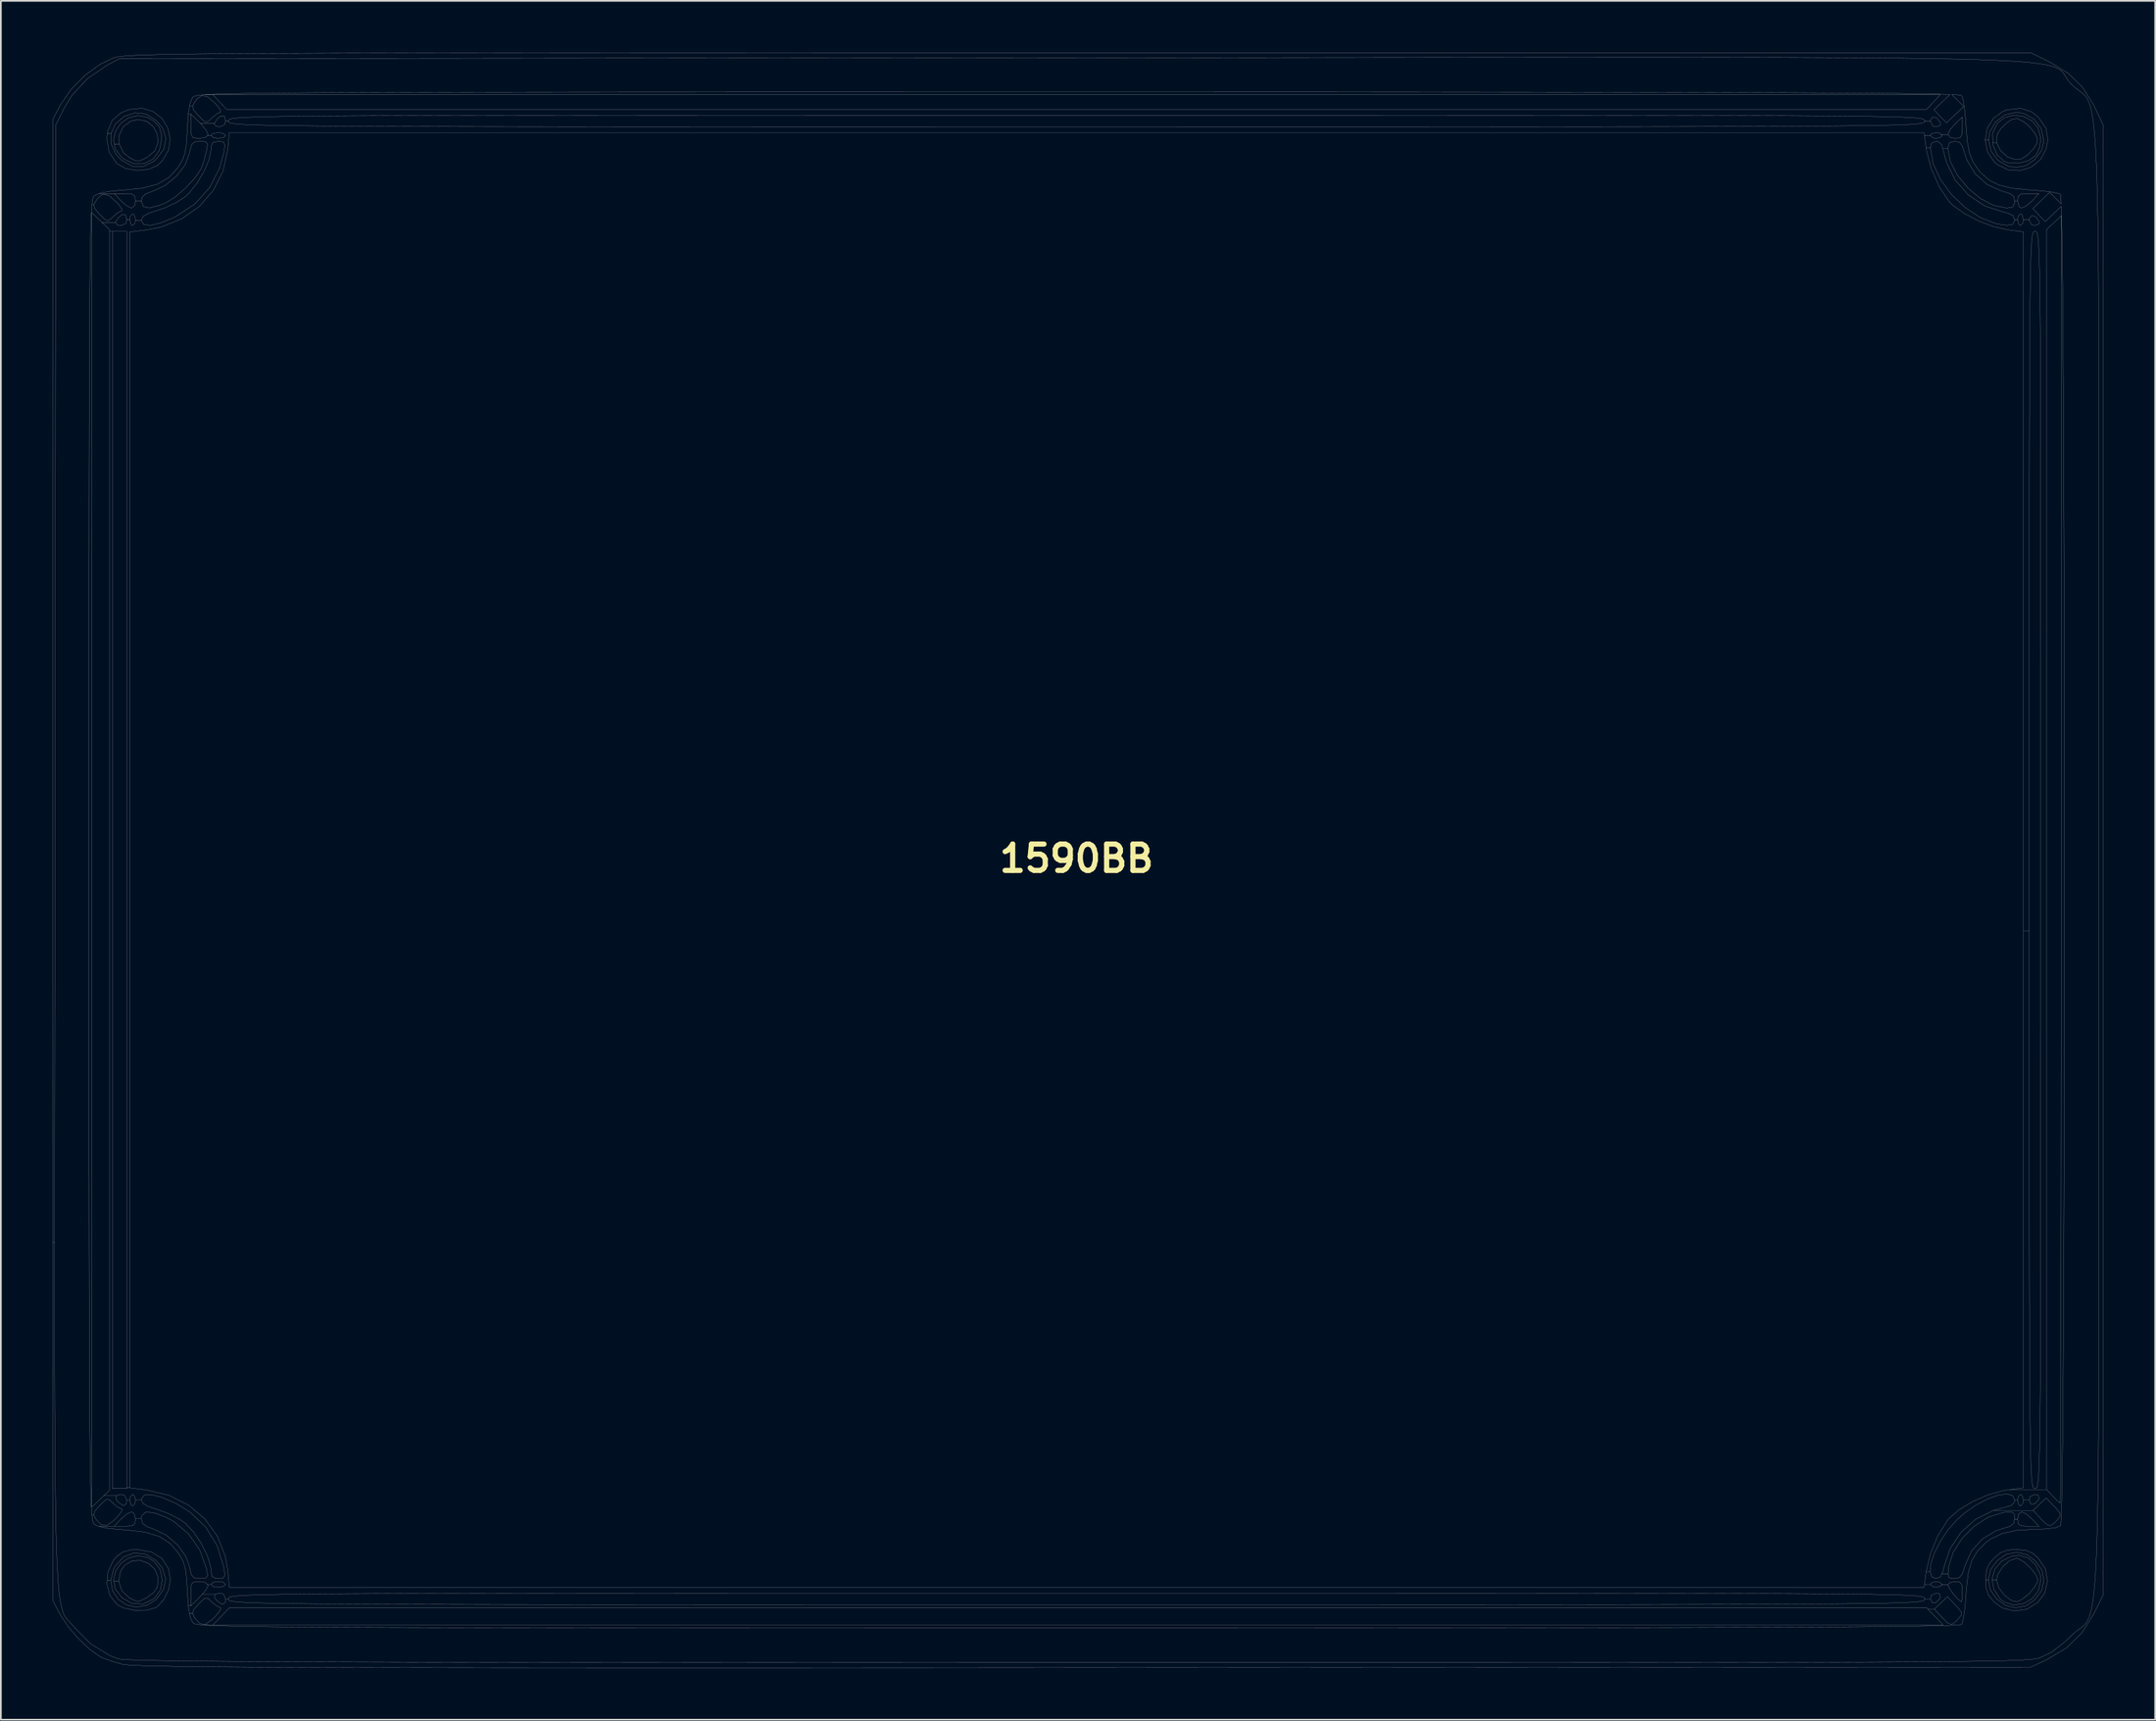
<source format=kicad_pcb>
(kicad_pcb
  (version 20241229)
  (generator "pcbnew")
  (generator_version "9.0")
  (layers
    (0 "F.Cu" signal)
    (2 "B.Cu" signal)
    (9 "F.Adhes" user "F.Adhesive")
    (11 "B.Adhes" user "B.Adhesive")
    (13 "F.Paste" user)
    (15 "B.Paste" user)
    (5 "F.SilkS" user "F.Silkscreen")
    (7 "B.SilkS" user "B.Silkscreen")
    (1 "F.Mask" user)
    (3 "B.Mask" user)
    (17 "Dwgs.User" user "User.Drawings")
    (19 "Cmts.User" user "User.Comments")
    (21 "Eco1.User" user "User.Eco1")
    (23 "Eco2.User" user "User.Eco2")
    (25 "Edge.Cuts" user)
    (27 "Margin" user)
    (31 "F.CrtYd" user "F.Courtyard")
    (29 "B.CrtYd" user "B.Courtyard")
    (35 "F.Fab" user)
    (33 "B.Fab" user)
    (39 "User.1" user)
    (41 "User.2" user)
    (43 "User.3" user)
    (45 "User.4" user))
  (footprint "1590BB"
    (layer "F.Cu")
    (at 59.3 46.684)
    (property "Reference" "1590BB" (at 0 0 0) (layer "F.SilkS") (effects (font (size 1.524 1.524) (thickness 0.3))))
    (attr through_hole)
    (fp_poly (pts (xy -53.811 -42.939) (xy -53.43 -42.714) (xy -53.113 -42.369) (xy -52.994 -41.919) (xy -52.987 -41.697) (xy -53.121 -41.018) (xy -53.478 -40.527) (xy -53.986 -40.257) (xy -54.575 -40.242) (xy -55.175 -40.516) (xy -55.282 -40.601) (xy -55.668 -41.102) (xy -55.726 -41.385) (xy -55.44 -41.385) (xy -55.212 -40.894) (xy -54.834 -40.587) (xy -54.52 -40.431) (xy -54.32 -40.398) (xy -54.076 -40.494) (xy -53.822 -40.626) (xy -53.384 -40.998) (xy -53.201 -41.466) (xy -53.24 -41.957) (xy -53.468 -42.394) (xy -53.85 -42.704) (xy -54.354 -42.81) (xy -54.755 -42.725) (xy -55.208 -42.4) (xy -55.438 -41.92) (xy -55.44 -41.385) (xy -55.726 -41.385) (xy -55.777 -41.636) (xy -55.655 -42.151) (xy -55.351 -42.593) (xy -54.91 -42.907) (xy -54.381 -43.04) (xy -53.811 -42.939)) (stroke (width 0.01) (type solid)) (fill no) (layer "Dwgs.User"))
    (fp_poly (pts (xy -53.811 40.494) (xy -53.43 40.719) (xy -53.075 41.192) (xy -52.953 41.787) (xy -53.064 42.385) (xy -53.409 42.865) (xy -53.43 42.882) (xy -54.051 43.184) (xy -54.694 43.161) (xy -55.282 42.832) (xy -55.668 42.332) (xy -55.76 41.879) (xy -55.472 41.879) (xy -55.288 42.429) (xy -54.863 42.831) (xy -54.834 42.846) (xy -54.518 43.002) (xy -54.318 43.035) (xy -54.072 42.937) (xy -53.831 42.812) (xy -53.454 42.529) (xy -53.236 42.211) (xy -53.189 41.641) (xy -53.385 41.172) (xy -53.752 40.836) (xy -54.214 40.664) (xy -54.697 40.689) (xy -55.129 40.941) (xy -55.374 41.299) (xy -55.472 41.879) (xy -55.76 41.879) (xy -55.777 41.797) (xy -55.655 41.282) (xy -55.351 40.841) (xy -54.91 40.526) (xy -54.381 40.393) (xy -53.811 40.494)) (stroke (width 0.01) (type solid)) (fill no) (layer "Dwgs.User"))
    (fp_poly (pts (xy -53.474 -43.27) (xy -52.969 -42.87) (xy -52.632 -42.324) (xy -52.495 -41.695) (xy -52.587 -41.043) (xy -52.942 -40.43) (xy -53.217 -40.164) (xy -53.748 -39.919) (xy -54.412 -39.856) (xy -55.069 -39.971) (xy -55.577 -40.255) (xy -55.595 -40.272) (xy -56.032 -40.92) (xy -56.161 -41.69) (xy -56.127 -41.995) (xy -55.92 -41.995) (xy -55.901 -41.372) (xy -55.609 -40.768) (xy -55.31 -40.454) (xy -54.685 -40.1) (xy -54.057 -40.082) (xy -53.432 -40.399) (xy -53.31 -40.502) (xy -52.865 -41.082) (xy -52.74 -41.706) (xy -52.934 -42.321) (xy -53.292 -42.747) (xy -53.908 -43.138) (xy -54.541 -43.2) (xy -55.158 -42.986) (xy -55.671 -42.559) (xy -55.92 -41.995) (xy -56.127 -41.995) (xy -56.114 -42.115) (xy -55.85 -42.763) (xy -55.328 -43.208) (xy -54.863 -43.391) (xy -54.116 -43.464) (xy -53.474 -43.27)) (stroke (width 0.01) (type solid)) (fill no) (layer "Dwgs.User"))
    (fp_poly (pts (xy 55.117 40.524) (xy 55.545 40.921) (xy 55.805 41.47) (xy 55.846 41.801) (xy 55.708 42.407) (xy 55.347 42.876) (xy 54.843 43.17) (xy 54.278 43.252) (xy 53.731 43.083) (xy 53.496 42.898) (xy 53.116 42.324) (xy 53.038 41.801) (xy 53.281 41.801) (xy 53.412 42.248) (xy 53.736 42.681) (xy 54.147 42.986) (xy 54.439 43.062) (xy 54.713 42.95) (xy 55.079 42.672) (xy 55.186 42.571) (xy 55.498 42.195) (xy 55.668 41.867) (xy 55.678 41.801) (xy 55.554 41.49) (xy 55.253 41.108) (xy 54.878 40.761) (xy 54.535 40.557) (xy 54.439 40.539) (xy 54.029 40.682) (xy 53.631 41.035) (xy 53.351 41.483) (xy 53.281 41.801) (xy 53.038 41.801) (xy 53.025 41.718) (xy 53.193 41.151) (xy 53.587 40.694) (xy 54.177 40.419) (xy 54.6 40.371) (xy 55.117 40.524)) (stroke (width 0.01) (type solid)) (fill no) (layer "Dwgs.User"))
    (fp_poly (pts (xy -53.575 40.176) (xy -52.965 40.558) (xy -52.59 41.149) (xy -52.482 41.798) (xy -52.59 42.37) (xy -52.863 42.932) (xy -53.226 43.338) (xy -53.314 43.394) (xy -53.875 43.552) (xy -54.558 43.554) (xy -55.204 43.413) (xy -55.565 43.223) (xy -55.981 42.7) (xy -56.158 42.035) (xy -56.14 41.832) (xy -55.938 41.832) (xy -55.83 42.429) (xy -55.507 42.913) (xy -55.027 43.242) (xy -54.449 43.372) (xy -53.834 43.261) (xy -53.309 42.93) (xy -52.874 42.353) (xy -52.755 41.722) (xy -52.952 41.098) (xy -53.309 40.671) (xy -53.941 40.295) (xy -54.59 40.23) (xy -55.189 40.462) (xy -55.668 40.979) (xy -55.769 41.165) (xy -55.938 41.832) (xy -56.14 41.832) (xy -56.095 41.327) (xy -55.791 40.673) (xy -55.595 40.44) (xy -55.228 40.168) (xy -54.766 40.052) (xy -54.382 40.038) (xy -53.575 40.176)) (stroke (width 0.01) (type solid)) (fill no) (layer "Dwgs.User"))
    (fp_poly (pts (xy 54.831 -42.994) (xy 55.324 -42.743) (xy 55.688 -42.317) (xy 55.845 -41.727) (xy 55.846 -41.659) (xy 55.76 -41.147) (xy 55.554 -40.723) (xy 55.552 -40.721) (xy 55.123 -40.423) (xy 54.536 -40.277) (xy 53.945 -40.311) (xy 53.714 -40.395) (xy 53.313 -40.768) (xy 53.076 -41.332) (xy 53.071 -41.461) (xy 53.291 -41.461) (xy 53.518 -41) (xy 53.91 -40.647) (xy 54.387 -40.484) (xy 54.73 -40.529) (xy 55.076 -40.753) (xy 55.417 -41.111) (xy 55.634 -41.451) (xy 55.645 -41.716) (xy 55.502 -42.015) (xy 55.158 -42.44) (xy 54.799 -42.718) (xy 54.46 -42.871) (xy 54.195 -42.832) (xy 53.895 -42.633) (xy 53.537 -42.292) (xy 53.313 -41.946) (xy 53.291 -41.461) (xy 53.071 -41.461) (xy 53.053 -41.962) (xy 53.068 -42.042) (xy 53.326 -42.594) (xy 53.756 -42.93) (xy 54.283 -43.06) (xy 54.831 -42.994)) (stroke (width 0.01) (type solid)) (fill no) (layer "Dwgs.User"))
    (fp_poly (pts (xy 55.326 -43.252) (xy 55.724 -42.919) (xy 56.143 -42.305) (xy 56.253 -41.653) (xy 56.162 -41.131) (xy 55.833 -40.496) (xy 55.303 -40.063) (xy 54.654 -39.854) (xy 53.97 -39.891) (xy 53.331 -40.193) (xy 53.142 -40.358) (xy 52.748 -40.959) (xy 52.624 -41.632) (xy 52.819 -41.632) (xy 52.972 -40.97) (xy 53.381 -40.435) (xy 53.968 -40.103) (xy 54.417 -40.034) (xy 54.978 -40.133) (xy 55.469 -40.473) (xy 55.523 -40.526) (xy 55.893 -41.019) (xy 56.014 -41.565) (xy 56.015 -41.632) (xy 55.861 -42.295) (xy 55.452 -42.83) (xy 54.865 -43.161) (xy 54.417 -43.23) (xy 53.754 -43.077) (xy 53.219 -42.668) (xy 52.888 -42.081) (xy 52.819 -41.632) (xy 52.624 -41.632) (xy 52.624 -41.636) (xy 52.749 -42.305) (xy 53.102 -42.884) (xy 53.663 -43.289) (xy 53.899 -43.374) (xy 54.678 -43.463) (xy 55.326 -43.252)) (stroke (width 0.01) (type solid)) (fill no) (layer "Dwgs.User"))
    (fp_poly (pts (xy 54.984 40.081) (xy 55.392 40.265) (xy 55.691 40.526) (xy 56.109 41.155) (xy 56.237 41.857) (xy 56.075 42.548) (xy 55.667 43.104) (xy 55.026 43.493) (xy 54.31 43.595) (xy 53.612 43.413) (xy 53.142 43.075) (xy 52.815 42.674) (xy 52.674 42.24) (xy 52.65 41.801) (xy 52.819 41.801) (xy 52.917 42.362) (xy 53.257 42.853) (xy 53.31 42.907) (xy 53.803 43.277) (xy 54.35 43.398) (xy 54.417 43.399) (xy 54.978 43.301) (xy 55.469 42.96) (xy 55.523 42.907) (xy 55.893 42.414) (xy 56.014 41.868) (xy 56.015 41.801) (xy 55.917 41.24) (xy 55.576 40.748) (xy 55.523 40.694) (xy 55.03 40.324) (xy 54.484 40.204) (xy 54.417 40.203) (xy 53.855 40.301) (xy 53.364 40.641) (xy 53.31 40.694) (xy 52.94 41.187) (xy 52.82 41.734) (xy 52.819 41.801) (xy 52.65 41.801) (xy 52.697 41.234) (xy 52.881 40.825) (xy 53.142 40.526) (xy 53.543 40.199) (xy 53.977 40.058) (xy 54.417 40.034) (xy 54.984 40.081)) (stroke (width 0.01) (type solid)) (fill no) (layer "Dwgs.User"))
    (fp_poly (pts (xy 56.382 -46.129) (xy 57.43 -45.491) (xy 58.242 -44.699) (xy 58.895 -43.673) (xy 59.025 -43.406) (xy 59.463 -42.474) (xy 59.463 42.649) (xy 58.908 43.776) (xy 58.218 44.87) (xy 57.32 45.739) (xy 56.163 46.429) (xy 56.085 46.465) (xy 55.258 46.847) (xy 0.421 46.879) (xy -4.754 46.882) (xy -9.602 46.884) (xy -14.135 46.886) (xy -18.363 46.887) (xy -22.296 46.887) (xy -25.944 46.887) (xy -29.319 46.886) (xy -32.43 46.885) (xy -35.288 46.882) (xy -37.904 46.879) (xy -40.287 46.875) (xy -42.449 46.87) (xy -44.399 46.864) (xy -46.148 46.857) (xy -47.707 46.849) (xy -49.086 46.839) (xy -50.295 46.829) (xy -51.345 46.818) (xy -52.246 46.805) (xy -53.008 46.791) (xy -53.643 46.776) (xy -54.16 46.76) (xy -54.57 46.742) (xy -54.883 46.723) (xy -55.11 46.703) (xy -55.261 46.681) (xy -55.309 46.67) (xy -55.882 46.498) (xy -56.367 46.324) (xy -56.552 46.241) (xy -57.135 45.831) (xy -57.773 45.231) (xy -58.368 44.546) (xy -58.817 43.882) (xy -58.847 43.826) (xy -59.295 42.978) (xy -59.295 24.995) (xy -59.193 24.995) (xy -59.192 27.504) (xy -59.188 29.776) (xy -59.182 31.823) (xy -59.173 33.657) (xy -59.161 35.29) (xy -59.145 36.736) (xy -59.126 38.005) (xy -59.102 39.112) (xy -59.075 40.067) (xy -59.043 40.884) (xy -59.005 41.575) (xy -58.963 42.152) (xy -58.915 42.628) (xy -58.861 43.014) (xy -58.8 43.324) (xy -58.734 43.57) (xy -58.66 43.763) (xy -58.579 43.917) (xy -58.491 44.044) (xy -58.395 44.155) (xy -58.291 44.264) (xy -58.179 44.383) (xy -58.058 44.525) (xy -58.046 44.54) (xy -57.098 45.5) (xy -55.982 46.18) (xy -55.53 46.362) (xy -55.418 46.383) (xy -55.197 46.403) (xy -54.856 46.421) (xy -54.386 46.438) (xy -53.778 46.454) (xy -53.022 46.469) (xy -52.109 46.483) (xy -51.027 46.495) (xy -49.769 46.507) (xy -48.325 46.518) (xy -46.684 46.527) (xy -44.837 46.536) (xy -42.775 46.544) (xy -40.488 46.551) (xy -37.967 46.558) (xy -35.201 46.563) (xy -32.181 46.568) (xy -28.898 46.573) (xy -25.342 46.576) (xy -21.503 46.579) (xy -17.372 46.582) (xy -12.939 46.584) (xy -8.194 46.586) (xy -3.128 46.587) (xy 0.012 46.587) (xy 5.131 46.588) (xy 9.924 46.588) (xy 14.402 46.588) (xy 18.577 46.588) (xy 22.458 46.587) (xy 26.057 46.586) (xy 29.384 46.585) (xy 32.451 46.582) (xy 35.267 46.579) (xy 37.845 46.576) (xy 40.194 46.572) (xy 42.326 46.567) (xy 44.252 46.561) (xy 45.981 46.554) (xy 47.526 46.546) (xy 48.896 46.538) (xy 50.103 46.528) (xy 51.157 46.517) (xy 52.07 46.505) (xy 52.852 46.492) (xy 53.514 46.478) (xy 54.066 46.462) (xy 54.52 46.445) (xy 54.887 46.426) (xy 55.176 46.406) (xy 55.4 46.385) (xy 55.568 46.362) (xy 55.692 46.337) (xy 55.774 46.314) (xy 56.454 45.987) (xy 57.176 45.436) (xy 57.626 45.01) (xy 57.791 44.858) (xy 57.945 44.736) (xy 58.087 44.632) (xy 58.219 44.534) (xy 58.34 44.43) (xy 58.45 44.307) (xy 58.551 44.153) (xy 58.643 43.955) (xy 58.726 43.702) (xy 58.801 43.381) (xy 58.868 42.979) (xy 58.927 42.485) (xy 58.979 41.885) (xy 59.025 41.168) (xy 59.065 40.322) (xy 59.098 39.334) (xy 59.127 38.191) (xy 59.15 36.882) (xy 59.169 35.394) (xy 59.185 33.715) (xy 59.196 31.832) (xy 59.205 29.734) (xy 59.21 27.407) (xy 59.214 24.84) (xy 59.215 22.02) (xy 59.215 18.935) (xy 59.215 15.573) (xy 59.213 11.921) (xy 59.212 7.966) (xy 59.211 3.698) (xy 59.211 0.084) (xy 59.211 -4.442) (xy 59.212 -8.644) (xy 59.214 -12.535) (xy 59.215 -16.126) (xy 59.215 -19.429) (xy 59.215 -22.458) (xy 59.213 -25.225) (xy 59.209 -27.741) (xy 59.203 -30.019) (xy 59.194 -32.072) (xy 59.182 -33.911) (xy 59.166 -35.55) (xy 59.146 -37) (xy 59.121 -38.273) (xy 59.092 -39.383) (xy 59.057 -40.34) (xy 59.016 -41.159) (xy 58.969 -41.85) (xy 58.915 -42.427) (xy 58.855 -42.901) (xy 58.786 -43.285) (xy 58.71 -43.592) (xy 58.625 -43.833) (xy 58.531 -44.02) (xy 58.428 -44.167) (xy 58.315 -44.285) (xy 58.192 -44.387) (xy 58.059 -44.486) (xy 57.914 -44.592) (xy 57.758 -44.72) (xy 57.626 -44.843) (xy 57.494 -44.99) (xy 57.393 -45.126) (xy 57.311 -45.255) (xy 57.238 -45.374) (xy 57.164 -45.485) (xy 57.077 -45.589) (xy 56.966 -45.684) (xy 56.822 -45.772) (xy 56.633 -45.853) (xy 56.389 -45.927) (xy 56.079 -45.995) (xy 55.692 -46.056) (xy 55.217 -46.111) (xy 54.644 -46.161) (xy 53.963 -46.205) (xy 53.161 -46.244) (xy 52.229 -46.278) (xy 51.156 -46.308) (xy 49.932 -46.333) (xy 48.544 -46.354) (xy 46.984 -46.372) (xy 45.24 -46.386) (xy 43.3 -46.397) (xy 41.156 -46.405) (xy 38.795 -46.41) (xy 36.208 -46.413) (xy 33.383 -46.415) (xy 30.31 -46.414) (xy 26.977 -46.412) (xy 23.375 -46.409) (xy 19.493 -46.405) (xy 15.319 -46.401) (xy 10.844 -46.396) (xy 6.056 -46.391) (xy 0.945 -46.386) (xy -0.257 -46.385) (xy -55.426 -46.342) (xy -56.148 -45.957) (xy -57.293 -45.173) (xy -58.202 -44.185) (xy -58.659 -43.426) (xy -59.126 -42.474) (xy -59.17 -0.258) (xy -59.175 4.26) (xy -59.18 8.454) (xy -59.184 12.336) (xy -59.188 15.919) (xy -59.191 19.215) (xy -59.193 22.236) (xy -59.193 24.995) (xy -59.295 24.995) (xy -59.295 -42.81) (xy -58.841 -43.669) (xy -58.247 -44.541) (xy -57.455 -45.349) (xy -56.567 -46.002) (xy -55.799 -46.373) (xy -55.709 -46.401) (xy -55.597 -46.428) (xy -55.455 -46.452) (xy -55.27 -46.476) (xy -55.032 -46.497) (xy -54.73 -46.517) (xy -54.354 -46.536) (xy -53.891 -46.553) (xy -53.332 -46.568) (xy -52.665 -46.582) (xy -51.88 -46.595) (xy -50.966 -46.607) (xy -49.912 -46.618) (xy -48.706 -46.627) (xy -47.339 -46.636) (xy -45.798 -46.643) (xy -44.074 -46.65) (xy -42.156 -46.656) (xy -40.031 -46.66) (xy -37.691 -46.665) (xy -35.123 -46.668) (xy -32.317 -46.671) (xy -29.263 -46.673) (xy -25.948 -46.675) (xy -22.362 -46.676) (xy -18.495 -46.677) (xy -14.335 -46.678) (xy -9.872 -46.679) (xy -5.094 -46.679) (xy 0.008 -46.679) (xy 0.172 -46.679) (xy 55.265 -46.679) (xy 56.382 -46.129)) (stroke (width 0.01) (type solid)) (fill no) (layer "Dwgs.User"))
    (fp_poly (pts (xy 5.174 -44.408) (xy 9.933 -44.407) (xy 14.373 -44.406) (xy 18.506 -44.404) (xy 22.341 -44.401) (xy 25.887 -44.398) (xy 29.154 -44.394) (xy 32.151 -44.389) (xy 34.889 -44.384) (xy 37.375 -44.377) (xy 39.621 -44.37) (xy 41.636 -44.362) (xy 43.429 -44.353) (xy 45.009 -44.343) (xy 46.387 -44.332) (xy 47.571 -44.32) (xy 48.572 -44.307) (xy 49.399 -44.292) (xy 50.062 -44.277) (xy 50.569 -44.26) (xy 50.586 -44.259) (xy 50.149 -43.841) (xy 49.661 -43.373) (xy 50.02 -42.993) (xy 50.379 -42.614) (xy 50.88 -43.09) (xy 51.381 -43.565) (xy 51.009 -43.937) (xy 50.692 -44.254) (xy 50.931 -44.242) (xy 51.157 -44.223) (xy 51.257 -44.202) (xy 51.263 -44.198) (xy 51.346 -43.944) (xy 51.426 -43.443) (xy 51.492 -42.783) (xy 51.513 -42.463) (xy 51.586 -41.547) (xy 51.71 -40.875) (xy 51.914 -40.356) (xy 52.225 -39.9) (xy 52.377 -39.724) (xy 52.85 -39.302) (xy 53.418 -39.014) (xy 54.159 -38.834) (xy 55.148 -38.734) (xy 55.252 -38.728) (xy 55.952 -38.674) (xy 56.533 -38.598) (xy 56.906 -38.515) (xy 56.982 -38.478) (xy 57.006 -38.294) (xy 57.022 -37.924) (xy 56.357 -38.589) (xy 55.38 -37.653) (xy 55.739 -37.274) (xy 56.099 -36.895) (xy 56.599 -37.371) (xy 57.029 -37.778) (xy 57.049 -36.988) (xy 57.069 -35.903) (xy 57.088 -34.555) (xy 57.106 -32.962) (xy 57.122 -31.142) (xy 57.136 -29.112) (xy 57.15 -26.892) (xy 57.162 -24.5) (xy 57.173 -21.954) (xy 57.182 -19.271) (xy 57.191 -16.471) (xy 57.197 -13.571) (xy 57.203 -10.591) (xy 57.207 -7.547) (xy 57.21 -4.458) (xy 57.212 -1.343) (xy 57.212 1.781) (xy 57.211 4.894) (xy 57.209 7.98) (xy 57.205 11.019) (xy 57.2 13.994) (xy 57.193 16.886) (xy 57.186 19.677) (xy 57.177 22.349) (xy 57.166 24.883) (xy 57.154 27.262) (xy 57.141 29.466) (xy 57.127 31.479) (xy 57.111 33.281) (xy 57.094 34.855) (xy 57.075 36.181) (xy 57.056 37.243) (xy 57.034 38.022) (xy 57.012 38.499) (xy 56.99 38.655) (xy 56.712 38.765) (xy 56.183 38.837) (xy 55.602 38.858) (xy 54.489 38.916) (xy 53.623 39.099) (xy 52.936 39.427) (xy 52.65 39.64) (xy 52.177 40.117) (xy 51.854 40.663) (xy 51.65 41.356) (xy 51.535 42.278) (xy 51.512 42.636) (xy 51.458 43.336) (xy 51.382 43.917) (xy 51.299 44.291) (xy 51.263 44.366) (xy 51.186 44.387) (xy 50.986 44.406) (xy 50.651 44.425) (xy 50.173 44.442) (xy 49.541 44.458) (xy 48.747 44.472) (xy 47.781 44.486) (xy 46.633 44.498) (xy 45.293 44.509) (xy 43.753 44.52) (xy 42.003 44.529) (xy 40.032 44.537) (xy 37.832 44.544) (xy 35.393 44.551) (xy 32.705 44.557) (xy 29.759 44.561) (xy 26.546 44.565) (xy 23.055 44.569) (xy 19.277 44.571) (xy 15.203 44.574) (xy 10.823 44.575) (xy 6.128 44.576) (xy 1.107 44.576) (xy 0.09 44.576) (xy -4.826 44.576) (xy -9.416 44.576) (xy -13.692 44.575) (xy -17.665 44.575) (xy -21.346 44.573) (xy -24.747 44.572) (xy -27.878 44.57) (xy -30.751 44.567) (xy -33.377 44.564) (xy -35.767 44.56) (xy -37.932 44.555) (xy -39.883 44.55) (xy -41.632 44.543) (xy -43.19 44.536) (xy -44.568 44.527) (xy -45.776 44.518) (xy -46.827 44.507) (xy -47.731 44.496) (xy -48.499 44.483) (xy -49.144 44.468) (xy -49.675 44.452) (xy -50.104 44.435) (xy -50.442 44.417) (xy -50.551 44.408) (xy -50.022 44.408) (xy 50.19 44.408) (xy 49.707 43.903) (xy 49.304 43.483) (xy 49.684 43.483) (xy 50.105 43.945) (xy 50.44 44.284) (xy 50.667 44.378) (xy 50.892 44.241) (xy 51.055 44.069) (xy 51.238 43.836) (xy 51.237 43.647) (xy 51.029 43.383) (xy 50.9 43.247) (xy 50.437 42.764) (xy 49.684 43.483) (xy 49.304 43.483) (xy 49.223 43.399) (xy -49.055 43.399) (xy -49.538 43.903) (xy -50.022 44.408) (xy -50.551 44.408) (xy -50.7 44.396) (xy -50.89 44.374) (xy -51.023 44.35) (xy -51.11 44.325) (xy -51.161 44.298) (xy -51.178 44.282) (xy -51.33 43.975) (xy -51.373 43.74) (xy -51.197 43.74) (xy -51.075 43.988) (xy -51.041 44.037) (xy -50.754 44.335) (xy -50.455 44.361) (xy -50.081 44.107) (xy -49.875 43.903) (xy -49.622 43.597) (xy -49.55 43.418) (xy -49.584 43.399) (xy -49.834 43.286) (xy -50.09 43.063) (xy -50.304 42.858) (xy -50.474 42.849) (xy -50.714 43.054) (xy -50.852 43.197) (xy -51.133 43.519) (xy -51.197 43.74) (xy -51.373 43.74) (xy -51.432 43.425) (xy -51.494 42.589) (xy -51.305 42.589) (xy -51.305 43.293) (xy -50.8 42.81) (xy -50.641 42.633) (xy -49.915 42.633) (xy -49.905 42.847) (xy -49.757 43.029) (xy -49.471 43.218) (xy -49.312 43.102) (xy -49.286 42.894) (xy -49.118 42.894) (xy -49.116 42.927) (xy -49.101 42.958) (xy -49.063 42.986) (xy -48.99 43.013) (xy -48.871 43.037) (xy -48.695 43.06) (xy -48.449 43.081) (xy -48.123 43.1) (xy -47.706 43.117) (xy -47.185 43.133) (xy -46.55 43.147) (xy -45.789 43.16) (xy -44.891 43.171) (xy -43.844 43.181) (xy -42.637 43.19) (xy -41.26 43.198) (xy -39.699 43.205) (xy -37.945 43.21) (xy -35.985 43.215) (xy -33.808 43.219) (xy -31.403 43.222) (xy -28.759 43.225) (xy -25.864 43.227) (xy -22.707 43.228) (xy -19.276 43.229) (xy -15.56 43.23) (xy -11.548 43.23) (xy -7.229 43.23) (xy -2.59 43.23) (xy 0 43.23) (xy 4.812 43.23) (xy 9.3 43.23) (xy 13.473 43.23) (xy 17.344 43.23) (xy 20.925 43.229) (xy 24.225 43.228) (xy 27.258 43.226) (xy 30.033 43.224) (xy 32.564 43.221) (xy 34.86 43.217) (xy 36.933 43.213) (xy 38.795 43.208) (xy 40.456 43.202) (xy 41.93 43.194) (xy 43.226 43.186) (xy 44.355 43.177) (xy 45.331 43.166) (xy 46.163 43.154) (xy 46.863 43.141) (xy 47.443 43.126) (xy 47.914 43.109) (xy 48.287 43.091) (xy 48.574 43.071) (xy 48.786 43.05) (xy 48.934 43.026) (xy 49.03 43.001) (xy 49.085 42.973) (xy 49.11 42.944) (xy 49.117 42.912) (xy 49.118 42.894) (xy 49.118 42.889) (xy 49.454 42.889) (xy 49.551 43.11) (xy 49.764 43.106) (xy 49.979 42.895) (xy 50.025 42.797) (xy 49.984 42.599) (xy 49.785 42.558) (xy 49.507 42.68) (xy 49.454 42.889) (xy 49.118 42.889) (xy 49.116 42.861) (xy 49.101 42.83) (xy 49.063 42.802) (xy 48.99 42.775) (xy 48.871 42.751) (xy 48.695 42.728) (xy 48.449 42.707) (xy 48.123 42.688) (xy 47.706 42.671) (xy 47.185 42.655) (xy 46.55 42.641) (xy 45.789 42.628) (xy 44.891 42.617) (xy 43.844 42.607) (xy 42.637 42.598) (xy 41.26 42.59) (xy 39.699 42.584) (xy 37.945 42.578) (xy 35.985 42.573) (xy 33.808 42.569) (xy 31.403 42.566) (xy 28.759 42.563) (xy 25.864 42.561) (xy 22.707 42.56) (xy 19.276 42.559) (xy 15.56 42.558) (xy 11.548 42.558) (xy 7.229 42.558) (xy 2.59 42.558) (xy 0 42.558) (xy -4.812 42.558) (xy -9.3 42.558) (xy -13.473 42.558) (xy -17.344 42.558) (xy -20.925 42.559) (xy -24.225 42.561) (xy -27.258 42.562) (xy -30.033 42.564) (xy -32.564 42.567) (xy -34.86 42.571) (xy -36.933 42.575) (xy -38.795 42.58) (xy -40.456 42.587) (xy -41.93 42.594) (xy -43.226 42.602) (xy -44.355 42.611) (xy -45.331 42.622) (xy -46.163 42.634) (xy -46.863 42.648) (xy -47.443 42.662) (xy -47.914 42.679) (xy -48.287 42.697) (xy -48.574 42.717) (xy -48.786 42.739) (xy -48.934 42.762) (xy -49.03 42.787) (xy -49.085 42.815) (xy -49.11 42.845) (xy -49.117 42.876) (xy -49.118 42.894) (xy -49.286 42.894) (xy -49.405 42.613) (xy -49.623 42.558) (xy -49.915 42.633) (xy -50.641 42.633) (xy -50.482 42.456) (xy -50.307 42.165) (xy -50.295 42.106) (xy -50.343 42.053) (xy -50.127 42.053) (xy -49.983 42.179) (xy -49.707 42.221) (xy -49.391 42.164) (xy -49.286 42.053) (xy -49.43 41.927) (xy -49.707 41.885) (xy -50.023 41.942) (xy -50.127 42.053) (xy -50.343 42.053) (xy -50.446 41.94) (xy -50.8 41.885) (xy -51.118 41.909) (xy -51.264 42.046) (xy -51.303 42.39) (xy -51.305 42.589) (xy -51.494 42.589) (xy -51.494 42.589) (xy -51.499 42.461) (xy -51.541 41.683) (xy -51.614 41.14) (xy -51.739 40.732) (xy -51.94 40.357) (xy -52.005 40.258) (xy -52.494 39.684) (xy -53.115 39.283) (xy -53.928 39.032) (xy -54.996 38.902) (xy -55.174 38.891) (xy -56.087 38.811) (xy -56.633 38.689) (xy -55.737 38.689) (xy -55.119 38.689) (xy -54.708 38.661) (xy -54.535 38.532) (xy -54.501 38.268) (xy -54.507 38.242) (xy -54.164 38.242) (xy -54.098 38.516) (xy -53.845 38.708) (xy -53.449 38.849) (xy -52.721 39.202) (xy -52.072 39.758) (xy -51.589 40.427) (xy -51.368 41.05) (xy -51.273 41.481) (xy -51.114 41.671) (xy -50.808 41.716) (xy -50.765 41.717) (xy -50.433 41.69) (xy -50.329 41.544) (xy -50.383 41.176) (xy -50.384 41.17) (xy -50.774 40.071) (xy -51.425 39.128) (xy -52.29 38.402) (xy -52.734 38.162) (xy -53.442 37.899) (xy -53.909 37.867) (xy -54.138 38.066) (xy -54.164 38.242) (xy -54.507 38.242) (xy -54.577 37.947) (xy -54.724 37.848) (xy -54.983 37.962) (xy -55.313 38.239) (xy -55.342 38.268) (xy -55.737 38.689) (xy -56.633 38.689) (xy -56.677 38.679) (xy -56.898 38.559) (xy -56.93 38.518) (xy -56.96 38.447) (xy -56.988 38.332) (xy -57.014 38.16) (xy -57.027 38.021) (xy -56.917 38.021) (xy -56.794 38.269) (xy -56.76 38.318) (xy -56.473 38.616) (xy -56.175 38.642) (xy -55.8 38.387) (xy -55.594 38.184) (xy -55.341 37.878) (xy -55.269 37.699) (xy -55.304 37.679) (xy -55.553 37.567) (xy -55.809 37.344) (xy -56.024 37.139) (xy -56.193 37.13) (xy -56.434 37.335) (xy -56.571 37.477) (xy -56.852 37.8) (xy -56.917 38.021) (xy -57.027 38.021) (xy -57.037 37.919) (xy -57.058 37.596) (xy -57.059 37.574) (xy -57.024 37.574) (xy -56.334 36.914) (xy -55.635 36.914) (xy -55.625 37.128) (xy -55.476 37.309) (xy -55.19 37.499) (xy -55.031 37.383) (xy -55.005 37.175) (xy -54.837 37.175) (xy -54.767 37.448) (xy -54.669 37.511) (xy -54.532 37.37) (xy -54.501 37.175) (xy -54.508 37.147) (xy -54.164 37.147) (xy -54.073 37.358) (xy -53.76 37.543) (xy -53.197 37.728) (xy -52.536 37.975) (xy -51.903 38.308) (xy -51.614 38.512) (xy -51.134 39.025) (xy -50.687 39.692) (xy -50.338 40.401) (xy -50.146 41.038) (xy -50.127 41.245) (xy -50.074 41.59) (xy -49.854 41.709) (xy -49.699 41.717) (xy -49.425 41.689) (xy -49.331 41.544) (xy -49.366 41.185) (xy -49.384 41.086) (xy -49.771 39.816) (xy -50.438 38.729) (xy -51.369 37.845) (xy -52.173 37.356) (xy -52.963 37.013) (xy -53.579 36.854) (xy -53.989 36.88) (xy -54.161 37.097) (xy -54.164 37.147) (xy -54.508 37.147) (xy -54.571 36.901) (xy -54.669 36.838) (xy -54.806 36.979) (xy -54.837 37.175) (xy -55.005 37.175) (xy -55.124 36.894) (xy -55.342 36.838) (xy -55.635 36.914) (xy -56.334 36.914) (xy -56.015 36.607) (xy -56.015 -36.334) (xy -55.846 -36.334) (xy -55.846 36.502) (xy -55.005 36.502) (xy -55.005 -36.295) (xy -54.837 -36.295) (xy -54.837 36.463) (xy -53.87 36.581) (xy -52.567 36.892) (xy -51.424 37.466) (xy -50.475 38.271) (xy -49.755 39.272) (xy -49.298 40.436) (xy -49.16 41.243) (xy -49.071 42.221) (xy 49.086 42.221) (xy 49.108 42.053) (xy 49.454 42.053) (xy 49.595 42.19) (xy 49.791 42.221) (xy 50.064 42.151) (xy 50.107 42.084) (xy 50.464 42.084) (xy 50.562 42.304) (xy 50.789 42.622) (xy 51.048 42.915) (xy 51.238 43.061) (xy 51.25 43.062) (xy 51.286 42.914) (xy 51.304 42.55) (xy 51.305 42.474) (xy 51.273 42.075) (xy 51.132 41.912) (xy 50.884 41.885) (xy 50.568 41.953) (xy 50.464 42.084) (xy 50.107 42.084) (xy 50.127 42.053) (xy 49.986 41.916) (xy 49.791 41.885) (xy 49.517 41.955) (xy 49.454 42.053) (xy 49.108 42.053) (xy 49.201 41.338) (xy 49.205 41.32) (xy 49.43 41.32) (xy 49.546 41.628) (xy 49.783 41.717) (xy 50.03 41.623) (xy 50.106 41.457) (xy 50.47 41.457) (xy 50.527 41.659) (xy 50.728 41.715) (xy 50.842 41.717) (xy 51.119 41.667) (xy 51.295 41.463) (xy 51.44 41.018) (xy 51.454 40.964) (xy 51.827 40.128) (xy 52.451 39.43) (xy 53.242 38.949) (xy 53.58 38.838) (xy 54.05 38.692) (xy 54.273 38.521) (xy 54.33 38.268) (xy 54.501 38.268) (xy 54.542 38.548) (xy 54.73 38.666) (xy 55.119 38.689) (xy 55.737 38.689) (xy 55.342 38.268) (xy 55.012 37.981) (xy 54.74 37.849) (xy 54.724 37.848) (xy 54.554 37.992) (xy 54.501 38.268) (xy 54.33 38.268) (xy 54.332 38.257) (xy 54.332 38.226) (xy 54.306 37.964) (xy 54.167 37.86) (xy 53.821 37.873) (xy 53.632 37.897) (xy 52.789 38.163) (xy 51.98 38.687) (xy 51.279 39.393) (xy 50.764 40.205) (xy 50.513 41.016) (xy 50.47 41.457) (xy 50.106 41.457) (xy 50.182 41.293) (xy 50.226 41.086) (xy 50.588 39.987) (xy 51.223 39.033) (xy 52.08 38.276) (xy 53.109 37.764) (xy 53.11 37.764) (xy 55.403 37.764) (xy 55.824 38.226) (xy 56.16 38.565) (xy 56.386 38.659) (xy 56.611 38.521) (xy 56.774 38.349) (xy 56.957 38.116) (xy 56.956 37.928) (xy 56.748 37.664) (xy 56.619 37.528) (xy 56.157 37.045) (xy 55.78 37.404) (xy 55.403 37.764) (xy 53.11 37.764) (xy 53.702 37.61) (xy 54.142 37.481) (xy 54.319 37.277) (xy 54.332 37.175) (xy 54.501 37.175) (xy 54.571 37.448) (xy 54.669 37.511) (xy 54.806 37.37) (xy 54.837 37.175) (xy 54.836 37.17) (xy 55.174 37.17) (xy 55.27 37.391) (xy 55.483 37.387) (xy 55.698 37.175) (xy 55.744 37.078) (xy 55.703 36.879) (xy 55.505 36.838) (xy 55.226 36.961) (xy 55.174 37.17) (xy 54.836 37.17) (xy 54.767 36.901) (xy 54.669 36.838) (xy 54.532 36.979) (xy 54.501 37.175) (xy 54.332 37.175) (xy 54.332 37.167) (xy 54.207 36.899) (xy 53.866 36.812) (xy 53.365 36.887) (xy 52.76 37.107) (xy 52.104 37.45) (xy 51.454 37.899) (xy 50.956 38.34) (xy 50.434 38.944) (xy 50.001 39.599) (xy 49.677 40.25) (xy 49.48 40.842) (xy 49.43 41.32) (xy 49.205 41.32) (xy 49.444 40.298) (xy 49.872 39.257) (xy 50.42 38.369) (xy 50.528 38.236) (xy 51.095 37.736) (xy 51.882 37.262) (xy 52.775 36.871) (xy 53.659 36.62) (xy 53.915 36.578) (xy 54.837 36.463) (xy 54.837 0.084) (xy 55.174 0.084) (xy 55.174 4.205) (xy 55.174 8.003) (xy 55.174 11.49) (xy 55.175 14.681) (xy 55.176 17.589) (xy 55.178 20.225) (xy 55.181 22.605) (xy 55.184 24.741) (xy 55.189 26.645) (xy 55.194 28.333) (xy 55.201 29.815) (xy 55.209 31.107) (xy 55.219 32.22) (xy 55.23 33.169) (xy 55.243 33.966) (xy 55.258 34.625) (xy 55.275 35.158) (xy 55.294 35.579) (xy 55.315 35.902) (xy 55.338 36.139) (xy 55.364 36.304) (xy 55.392 36.409) (xy 55.423 36.468) (xy 55.457 36.495) (xy 55.494 36.502) (xy 55.51 36.502) (xy 55.548 36.499) (xy 55.583 36.482) (xy 55.615 36.438) (xy 55.645 36.353) (xy 55.672 36.214) (xy 55.696 36.008) (xy 55.718 35.722) (xy 55.738 35.342) (xy 55.755 34.856) (xy 55.771 34.25) (xy 55.785 33.511) (xy 55.797 32.625) (xy 55.807 31.58) (xy 55.816 30.363) (xy 55.823 28.959) (xy 55.829 27.357) (xy 55.834 25.542) (xy 55.838 23.502) (xy 55.841 21.223) (xy 55.843 18.693) (xy 55.845 15.897) (xy 55.845 12.823) (xy 55.846 9.458) (xy 55.846 5.788) (xy 55.846 1.8) (xy 55.846 0.084) (xy 55.846 -4.037) (xy 55.846 -7.835) (xy 55.846 -11.322) (xy 55.845 -14.513) (xy 55.844 -17.42) (xy 55.842 -20.057) (xy 55.839 -22.437) (xy 55.836 -24.572) (xy 55.831 -26.477) (xy 55.826 -28.164) (xy 55.819 -29.647) (xy 55.811 -30.939) (xy 55.801 -32.052) (xy 55.79 -33.001) (xy 55.777 -33.798) (xy 55.762 -34.456) (xy 55.745 -34.99) (xy 55.726 -35.411) (xy 55.705 -35.734) (xy 55.682 -35.971) (xy 55.656 -36.135) (xy 55.628 -36.241) (xy 55.597 -36.3) (xy 55.563 -36.327) (xy 55.526 -36.334) (xy 55.51 -36.334) (xy 55.472 -36.331) (xy 55.437 -36.314) (xy 55.405 -36.27) (xy 55.375 -36.185) (xy 55.348 -36.046) (xy 55.324 -35.84) (xy 55.302 -35.554) (xy 55.282 -35.174) (xy 55.265 -34.688) (xy 55.249 -34.082) (xy 55.235 -33.342) (xy 55.223 -32.457) (xy 55.213 -31.412) (xy 55.204 -30.195) (xy 55.197 -28.791) (xy 55.191 -27.189) (xy 55.186 -25.374) (xy 55.182 -23.334) (xy 55.179 -21.055) (xy 55.177 -18.525) (xy 55.175 -15.729) (xy 55.174 -12.655) (xy 55.174 -9.29) (xy 55.174 -5.62) (xy 55.174 -1.632) (xy 55.174 0.084) (xy 54.837 0.084) (xy 54.837 -36.302) (xy 53.954 -36.413) (xy 53.819 -36.443) (xy 56.183 -36.443) (xy 56.183 36.564) (xy 56.549 36.954) (xy 56.817 37.223) (xy 56.966 37.343) (xy 56.969 37.343) (xy 56.974 37.177) (xy 56.979 36.69) (xy 56.984 35.897) (xy 56.989 34.813) (xy 56.993 33.453) (xy 56.998 31.832) (xy 57.002 29.965) (xy 57.005 27.868) (xy 57.009 25.556) (xy 57.012 23.043) (xy 57.015 20.345) (xy 57.017 17.477) (xy 57.02 14.454) (xy 57.021 11.291) (xy 57.023 8.004) (xy 57.023 4.607) (xy 57.024 1.115) (xy 57.024 0.055) (xy 57.024 -37.233) (xy 56.183 -36.443) (xy 53.819 -36.443) (xy 53.123 -36.601) (xy 52.238 -36.938) (xy 51.411 -37.369) (xy 50.752 -37.841) (xy 50.531 -38.063) (xy 49.964 -38.915) (xy 49.507 -39.946) (xy 49.226 -41.002) (xy 49.203 -41.158) (xy 49.454 -41.158) (xy 49.609 -40.248) (xy 50.036 -39.33) (xy 50.675 -38.463) (xy 51.468 -37.707) (xy 52.357 -37.121) (xy 53.284 -36.764) (xy 53.87 -36.683) (xy 54.219 -36.735) (xy 54.331 -36.954) (xy 54.332 -36.999) (xy 54.33 -37.007) (xy 54.501 -37.007) (xy 54.571 -36.733) (xy 54.669 -36.67) (xy 54.806 -36.811) (xy 54.836 -37.001) (xy 55.174 -37.001) (xy 55.296 -36.723) (xy 55.505 -36.67) (xy 55.747 -36.755) (xy 55.744 -36.91) (xy 55.55 -37.178) (xy 55.325 -37.244) (xy 55.183 -37.09) (xy 55.174 -37.001) (xy 54.836 -37.001) (xy 54.837 -37.007) (xy 54.767 -37.28) (xy 54.669 -37.343) (xy 54.532 -37.202) (xy 54.501 -37.007) (xy 54.33 -37.007) (xy 54.238 -37.246) (xy 53.909 -37.398) (xy 53.702 -37.442) (xy 52.603 -37.804) (xy 51.649 -38.439) (xy 50.892 -39.296) (xy 50.38 -40.325) (xy 50.226 -40.918) (xy 50.166 -41.122) (xy 50.464 -41.122) (xy 50.614 -40.354) (xy 51.021 -39.573) (xy 51.617 -38.848) (xy 52.335 -38.245) (xy 53.107 -37.833) (xy 53.868 -37.68) (xy 53.87 -37.68) (xy 54.212 -37.736) (xy 54.327 -37.964) (xy 54.332 -38.08) (xy 54.328 -38.1) (xy 54.501 -38.1) (xy 54.577 -37.779) (xy 54.724 -37.679) (xy 54.983 -37.793) (xy 55.313 -38.07) (xy 55.342 -38.1) (xy 55.737 -38.521) (xy 55.119 -38.521) (xy 54.708 -38.493) (xy 54.535 -38.364) (xy 54.501 -38.1) (xy 54.328 -38.1) (xy 54.277 -38.346) (xy 54.055 -38.521) (xy 53.583 -38.669) (xy 53.58 -38.67) (xy 52.744 -39.043) (xy 52.045 -39.666) (xy 51.565 -40.458) (xy 51.454 -40.796) (xy 51.305 -41.269) (xy 51.131 -41.492) (xy 50.866 -41.548) (xy 50.864 -41.548) (xy 50.559 -41.475) (xy 50.465 -41.192) (xy 50.464 -41.122) (xy 50.166 -41.122) (xy 50.097 -41.358) (xy 49.893 -41.535) (xy 49.783 -41.548) (xy 49.517 -41.438) (xy 49.454 -41.158) (xy 49.203 -41.158) (xy 49.201 -41.17) (xy 49.108 -41.885) (xy 49.454 -41.885) (xy 49.595 -41.748) (xy 49.791 -41.717) (xy 50.064 -41.787) (xy 50.127 -41.885) (xy 50.071 -41.94) (xy 50.464 -41.94) (xy 50.608 -41.769) (xy 50.884 -41.717) (xy 51.164 -41.758) (xy 51.282 -41.946) (xy 51.305 -42.335) (xy 51.305 -42.953) (xy 50.884 -42.558) (xy 50.597 -42.228) (xy 50.465 -41.956) (xy 50.464 -41.94) (xy 50.071 -41.94) (xy 49.986 -42.021) (xy 49.791 -42.053) (xy 49.517 -41.983) (xy 49.454 -41.885) (xy 49.108 -41.885) (xy 49.086 -42.053) (xy -49.071 -42.053) (xy -49.16 -41.075) (xy -49.432 -39.826) (xy -49.989 -38.718) (xy -50.797 -37.784) (xy -51.82 -37.06) (xy -53.026 -36.578) (xy -53.87 -36.413) (xy -54.837 -36.295) (xy -55.005 -36.295) (xy -55.005 -36.334) (xy -55.846 -36.334) (xy -56.015 -36.334) (xy -56.015 -36.439) (xy -56.449 -36.855) (xy -55.666 -36.855) (xy -55.549 -36.696) (xy -55.342 -36.67) (xy -55.061 -36.789) (xy -55.005 -37.007) (xy -54.837 -37.007) (xy -54.767 -36.733) (xy -54.669 -36.67) (xy -54.532 -36.811) (xy -54.505 -36.979) (xy -54.164 -36.979) (xy -54.032 -36.733) (xy -53.657 -36.677) (xy -53.07 -36.808) (xy -52.305 -37.123) (xy -52.173 -37.188) (xy -51.065 -37.917) (xy -50.211 -38.864) (xy -49.626 -40.007) (xy -49.384 -40.918) (xy -49.329 -41.328) (xy -49.395 -41.506) (xy -49.632 -41.548) (xy -49.699 -41.548) (xy -50.012 -41.49) (xy -50.12 -41.248) (xy -50.127 -41.077) (xy -50.239 -40.5) (xy -50.534 -39.807) (xy -50.949 -39.109) (xy -51.423 -38.522) (xy -51.614 -38.344) (xy -52.138 -38.004) (xy -52.804 -37.694) (xy -53.197 -37.56) (xy -53.777 -37.368) (xy -54.08 -37.182) (xy -54.164 -36.979) (xy -54.505 -36.979) (xy -54.501 -37.007) (xy -54.571 -37.28) (xy -54.669 -37.343) (xy -54.806 -37.202) (xy -54.837 -37.007) (xy -55.005 -37.007) (xy -55.081 -37.299) (xy -55.294 -37.289) (xy -55.476 -37.141) (xy -55.666 -36.855) (xy -56.449 -36.855) (xy -57.024 -37.406) (xy -57.024 37.574) (xy -57.059 37.574) (xy -57.077 37.178) (xy -57.094 36.651) (xy -57.11 36.004) (xy -57.123 35.222) (xy -57.136 34.294) (xy -57.146 33.205) (xy -57.155 31.944) (xy -57.163 30.498) (xy -57.17 28.853) (xy -57.175 26.996) (xy -57.18 24.915) (xy -57.184 22.597) (xy -57.187 20.028) (xy -57.189 17.197) (xy -57.19 14.089) (xy -57.191 10.692) (xy -57.192 6.994) (xy -57.192 2.981) (xy -57.192 0.084) (xy -57.192 -4.149) (xy -57.192 -8.059) (xy -57.191 -11.658) (xy -57.19 -14.96) (xy -57.188 -17.976) (xy -57.186 -20.721) (xy -57.183 -23.207) (xy -57.179 -25.447) (xy -57.174 -27.454) (xy -57.168 -29.24) (xy -57.161 -30.82) (xy -57.152 -32.205) (xy -57.143 -33.408) (xy -57.132 -34.443) (xy -57.119 -35.323) (xy -57.105 -36.059) (xy -57.089 -36.666) (xy -57.071 -37.157) (xy -57.051 -37.543) (xy -57.029 -37.838) (xy -57.024 -37.886) (xy -56.909 -37.886) (xy -56.875 -37.669) (xy -56.63 -37.371) (xy -56.571 -37.309) (xy -56.272 -37.014) (xy -56.088 -36.943) (xy -55.905 -37.074) (xy -55.809 -37.176) (xy -55.511 -37.426) (xy -55.304 -37.511) (xy -55.286 -37.615) (xy -55.469 -37.877) (xy -55.594 -38.016) (xy -56.023 -38.396) (xy -56.347 -38.493) (xy -56.631 -38.314) (xy -56.76 -38.149) (xy -56.909 -37.886) (xy -57.024 -37.886) (xy -57.006 -38.055) (xy -56.979 -38.207) (xy -56.951 -38.306) (xy -56.92 -38.366) (xy -56.898 -38.391) (xy -56.607 -38.521) (xy -55.737 -38.521) (xy -55.342 -38.1) (xy -55.012 -37.813) (xy -54.74 -37.681) (xy -54.724 -37.679) (xy -54.554 -37.824) (xy -54.506 -38.073) (xy -54.164 -38.073) (xy -54.047 -37.764) (xy -53.694 -37.687) (xy -53.101 -37.84) (xy -52.734 -37.993) (xy -52.189 -38.333) (xy -51.604 -38.836) (xy -51.079 -39.404) (xy -50.713 -39.937) (xy -50.646 -40.085) (xy -50.509 -40.52) (xy -50.388 -41.002) (xy -50.33 -41.373) (xy -50.43 -41.521) (xy -50.757 -41.548) (xy -50.765 -41.548) (xy -51.092 -41.512) (xy -51.261 -41.341) (xy -51.359 -40.938) (xy -51.368 -40.881) (xy -51.627 -40.19) (xy -52.13 -39.529) (xy -52.791 -38.988) (xy -53.449 -38.681) (xy -53.912 -38.506) (xy -54.123 -38.304) (xy -54.164 -38.073) (xy -54.506 -38.073) (xy -54.501 -38.1) (xy -54.542 -38.379) (xy -54.73 -38.497) (xy -55.119 -38.521) (xy -55.737 -38.521) (xy -56.607 -38.521) (xy -56.52 -38.559) (xy -55.827 -38.675) (xy -55.174 -38.723) (xy -54.065 -38.838) (xy -53.219 -39.071) (xy -52.574 -39.448) (xy -52.069 -39.996) (xy -52.005 -40.09) (xy -51.781 -40.472) (xy -51.639 -40.863) (xy -51.556 -41.363) (xy -51.508 -42.073) (xy -51.499 -42.293) (xy -51.49 -42.421) (xy -51.305 -42.421) (xy -51.287 -41.977) (xy -51.189 -41.774) (xy -50.942 -41.719) (xy -50.8 -41.717) (xy -50.422 -41.782) (xy -50.338 -41.885) (xy -50.127 -41.885) (xy -49.983 -41.758) (xy -49.707 -41.717) (xy -49.391 -41.774) (xy -49.286 -41.885) (xy -49.43 -42.011) (xy -49.707 -42.053) (xy -50.023 -41.995) (xy -50.127 -41.885) (xy -50.338 -41.885) (xy -50.295 -41.937) (xy -50.409 -42.185) (xy -50.691 -42.532) (xy -50.733 -42.574) (xy -49.947 -42.574) (xy -49.83 -42.416) (xy -49.623 -42.389) (xy -49.341 -42.508) (xy -49.286 -42.726) (xy -49.118 -42.726) (xy -49.116 -42.693) (xy -49.101 -42.662) (xy -49.063 -42.634) (xy -48.99 -42.607) (xy -48.871 -42.583) (xy -48.695 -42.56) (xy -48.449 -42.539) (xy -48.123 -42.52) (xy -47.706 -42.503) (xy -47.185 -42.487) (xy -46.55 -42.473) (xy -45.789 -42.46) (xy -44.891 -42.449) (xy -43.844 -42.439) (xy -42.637 -42.43) (xy -41.26 -42.422) (xy -39.699 -42.415) (xy -37.945 -42.41) (xy -35.985 -42.405) (xy -33.808 -42.401) (xy -31.403 -42.398) (xy -28.759 -42.395) (xy -25.864 -42.393) (xy -22.707 -42.392) (xy -19.276 -42.391) (xy -15.56 -42.39) (xy -11.548 -42.39) (xy -7.229 -42.389) (xy -2.59 -42.389) (xy 0 -42.389) (xy 4.812 -42.389) (xy 9.3 -42.39) (xy 13.473 -42.39) (xy 17.344 -42.39) (xy 20.925 -42.391) (xy 24.225 -42.392) (xy 27.258 -42.394) (xy 30.033 -42.396) (xy 32.564 -42.399) (xy 34.86 -42.403) (xy 36.933 -42.407) (xy 38.795 -42.412) (xy 40.456 -42.418) (xy 41.93 -42.426) (xy 43.226 -42.434) (xy 44.355 -42.443) (xy 45.331 -42.454) (xy 46.163 -42.466) (xy 46.863 -42.479) (xy 47.443 -42.494) (xy 47.914 -42.511) (xy 48.287 -42.529) (xy 48.574 -42.549) (xy 48.786 -42.57) (xy 48.934 -42.594) (xy 49.03 -42.619) (xy 49.085 -42.647) (xy 49.11 -42.676) (xy 49.117 -42.708) (xy 49.118 -42.721) (xy 49.454 -42.721) (xy 49.577 -42.442) (xy 49.785 -42.389) (xy 50.028 -42.474) (xy 50.025 -42.629) (xy 49.831 -42.897) (xy 49.606 -42.963) (xy 49.464 -42.809) (xy 49.454 -42.721) (xy 49.118 -42.721) (xy 49.118 -42.726) (xy 49.116 -42.759) (xy 49.101 -42.79) (xy 49.063 -42.818) (xy 48.99 -42.845) (xy 48.871 -42.869) (xy 48.695 -42.892) (xy 48.449 -42.913) (xy 48.123 -42.932) (xy 47.706 -42.949) (xy 47.185 -42.965) (xy 46.55 -42.979) (xy 45.789 -42.992) (xy 44.891 -43.003) (xy 43.844 -43.013) (xy 42.637 -43.022) (xy 41.26 -43.03) (xy 39.699 -43.036) (xy 37.945 -43.042) (xy 35.985 -43.047) (xy 33.808 -43.051) (xy 31.403 -43.054) (xy 28.759 -43.057) (xy 25.864 -43.059) (xy 22.707 -43.06) (xy 19.276 -43.061) (xy 15.56 -43.062) (xy 11.548 -43.062) (xy 7.229 -43.062) (xy 2.59 -43.062) (xy 0 -43.062) (xy -4.812 -43.062) (xy -9.3 -43.062) (xy -13.473 -43.062) (xy -17.344 -43.061) (xy -20.925 -43.061) (xy -24.225 -43.059) (xy -27.258 -43.058) (xy -30.033 -43.055) (xy -32.564 -43.053) (xy -34.86 -43.049) (xy -36.933 -43.045) (xy -38.795 -43.039) (xy -40.456 -43.033) (xy -41.93 -43.026) (xy -43.226 -43.018) (xy -44.355 -43.008) (xy -45.331 -42.998) (xy -46.163 -42.986) (xy -46.863 -42.972) (xy -47.443 -42.957) (xy -47.914 -42.941) (xy -48.287 -42.923) (xy -48.574 -42.903) (xy -48.786 -42.881) (xy -48.934 -42.858) (xy -49.03 -42.832) (xy -49.085 -42.805) (xy -49.11 -42.775) (xy -49.117 -42.744) (xy -49.118 -42.726) (xy -49.286 -42.726) (xy -49.361 -43.019) (xy -49.575 -43.009) (xy -49.757 -42.86) (xy -49.947 -42.574) (xy -50.733 -42.574) (xy -50.8 -42.642) (xy -51.305 -43.125) (xy -51.305 -42.421) (xy -51.49 -42.421) (xy -51.442 -43.168) (xy -51.369 -43.605) (xy -51.19 -43.605) (xy -51.156 -43.388) (xy -50.91 -43.09) (xy -50.852 -43.028) (xy -50.552 -42.734) (xy -50.369 -42.662) (xy -50.186 -42.794) (xy -50.09 -42.895) (xy -49.792 -43.145) (xy -49.584 -43.23) (xy -49.567 -43.334) (xy -49.749 -43.596) (xy -49.875 -43.735) (xy -50.303 -44.115) (xy -50.628 -44.212) (xy -50.912 -44.033) (xy -51.041 -43.869) (xy -51.19 -43.605) (xy -51.369 -43.605) (xy -51.345 -43.752) (xy -51.2 -44.087) (xy -51.178 -44.114) (xy -51.142 -44.142) (xy -51.076 -44.168) (xy -50.97 -44.193) (xy -50.813 -44.216) (xy -50.594 -44.237) (xy -50.557 -44.24) (xy -50.018 -44.24) (xy -49.227 -43.399) (xy 49.227 -43.399) (xy 50.018 -44.24) (xy -50.018 -44.24) (xy -50.557 -44.24) (xy -50.301 -44.257) (xy -49.924 -44.275) (xy -49.45 -44.292) (xy -48.87 -44.307) (xy -48.171 -44.32) (xy -47.343 -44.333) (xy -46.375 -44.344) (xy -45.255 -44.354) (xy -43.972 -44.363) (xy -42.515 -44.371) (xy -40.873 -44.378) (xy -39.035 -44.384) (xy -36.989 -44.389) (xy -34.725 -44.394) (xy -32.231 -44.397) (xy -29.496 -44.4) (xy -26.509 -44.403) (xy -23.258 -44.404) (xy -19.733 -44.406) (xy -15.922 -44.407) (xy -11.815 -44.407) (xy -7.4 -44.408) (xy -2.665 -44.408) (xy 0.09 -44.408) (xy 5.174 -44.408)) (stroke (width 0.01) (type solid)) (fill no) (layer "Dwgs.User")))
  (gr_rect
    (start -3 -3)
    (end 121.768 96.576)
    (stroke (width 0.1) (type default))
    (fill no)
    (layer "Edge.Cuts")))
</source>
